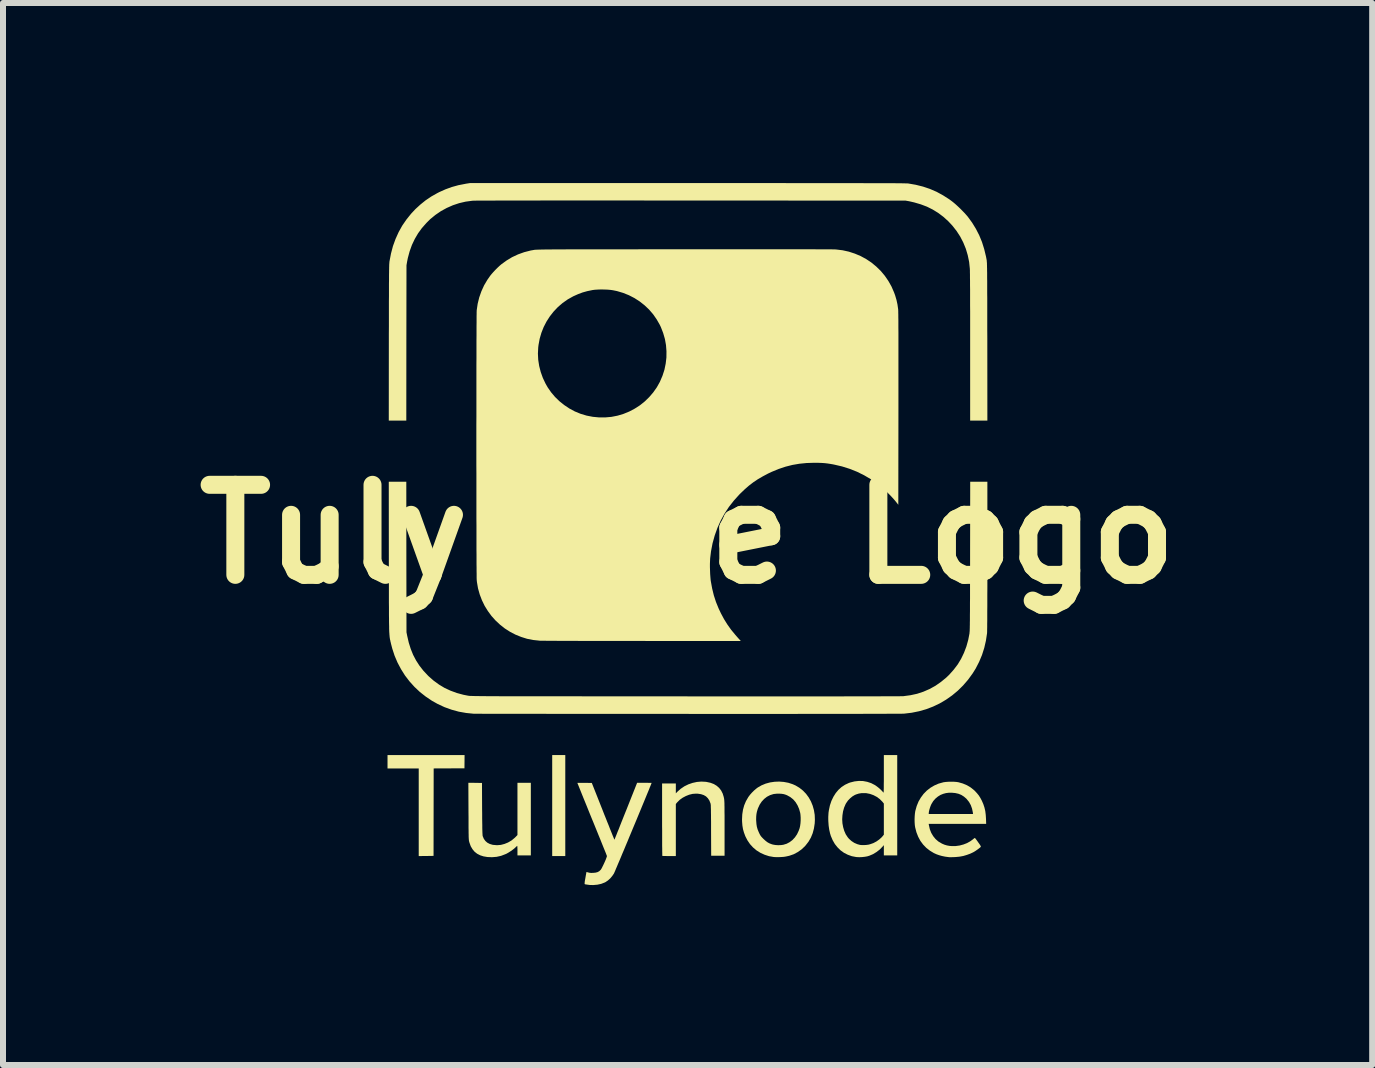
<source format=kicad_pcb>
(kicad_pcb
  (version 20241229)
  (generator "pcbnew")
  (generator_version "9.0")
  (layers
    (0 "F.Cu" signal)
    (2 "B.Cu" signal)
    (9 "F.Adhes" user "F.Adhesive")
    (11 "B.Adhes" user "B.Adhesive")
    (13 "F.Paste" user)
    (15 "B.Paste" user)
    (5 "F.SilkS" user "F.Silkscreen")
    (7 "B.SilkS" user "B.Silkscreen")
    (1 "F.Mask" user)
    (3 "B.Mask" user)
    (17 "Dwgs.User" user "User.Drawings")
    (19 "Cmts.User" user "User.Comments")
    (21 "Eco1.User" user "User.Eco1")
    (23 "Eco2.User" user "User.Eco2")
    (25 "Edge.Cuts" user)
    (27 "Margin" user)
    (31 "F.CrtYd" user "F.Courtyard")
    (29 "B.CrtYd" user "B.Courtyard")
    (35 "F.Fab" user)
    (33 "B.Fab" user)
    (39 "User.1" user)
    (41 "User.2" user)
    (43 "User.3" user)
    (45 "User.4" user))
  (footprint "Tulynode Logo"
    (layer "F.Cu")
    (at 8.407 5.85)
    (property "Reference" "Tulynode Logo" (at 0 0 0) (layer "F.SilkS") (effects (font (size 1.5 1.5) (thickness 0.3))))
    (attr board_only exclude_from_pos_files exclude_from_bom)
    (fp_poly (pts (xy -2.038 4.523) (xy -2.038 5.364) (xy -2.147 5.364) (xy -2.256 5.364) (xy -2.256 4.523) (xy -2.256 3.681) (xy -2.147 3.681) (xy -2.038 3.681)) (stroke (width 0) (type solid)) (fill yes) (layer "F.SilkS"))
    (fp_poly (pts (xy -3.717 3.791) (xy -3.718 3.902) (xy -3.975 3.903) (xy -4.231 3.904) (xy -4.232 4.633) (xy -4.233 5.361) (xy -4.357 5.363) (xy -4.48 5.364) (xy -4.48 4.634) (xy -4.48 3.904) (xy -4.74 3.904) (xy -5 3.904) (xy -5 3.793) (xy -5 3.681) (xy -4.358 3.681) (xy -3.716 3.681)) (stroke (width 0) (type solid)) (fill yes) (layer "F.SilkS"))
    (fp_poly (pts (xy -3.54 4.144) (xy -3.426 4.146) (xy -3.424 4.578) (xy -3.423 4.66) (xy -3.423 4.732) (xy -3.422 4.794) (xy -3.421 4.848) (xy -3.421 4.893) (xy -3.42 4.931) (xy -3.419 4.962) (xy -3.418 4.987) (xy -3.417 5.005) (xy -3.416 5.019) (xy -3.415 5.028) (xy -3.414 5.032) (xy -3.395 5.077) (xy -3.369 5.113) (xy -3.337 5.141) (xy -3.297 5.162) (xy -3.25 5.176) (xy -3.237 5.178) (xy -3.175 5.183) (xy -3.112 5.178) (xy -3.051 5.162) (xy -2.992 5.138) (xy -2.935 5.105) (xy -2.884 5.063) (xy -2.873 5.053) (xy -2.835 5.014) (xy -2.835 4.579) (xy -2.835 4.143) (xy -2.723 4.143) (xy -2.612 4.143) (xy -2.612 4.748) (xy -2.612 5.353) (xy -2.723 5.353) (xy -2.835 5.353) (xy -2.835 5.274) (xy -2.835 5.246) (xy -2.836 5.223) (xy -2.837 5.205) (xy -2.838 5.195) (xy -2.839 5.194) (xy -2.844 5.198) (xy -2.855 5.207) (xy -2.868 5.22) (xy -2.869 5.221) (xy -2.891 5.241) (xy -2.92 5.263) (xy -2.953 5.286) (xy -2.986 5.307) (xy -3.018 5.325) (xy -3.034 5.332) (xy -3.107 5.36) (xy -3.183 5.377) (xy -3.26 5.383) (xy -3.336 5.38) (xy -3.401 5.369) (xy -3.457 5.351) (xy -3.507 5.325) (xy -3.549 5.292) (xy -3.584 5.25) (xy -3.613 5.201) (xy -3.634 5.143) (xy -3.637 5.133) (xy -3.639 5.126) (xy -3.641 5.118) (xy -3.643 5.11) (xy -3.644 5.101) (xy -3.645 5.09) (xy -3.646 5.077) (xy -3.647 5.06) (xy -3.648 5.038) (xy -3.648 5.013) (xy -3.649 4.981) (xy -3.649 4.944) (xy -3.65 4.899) (xy -3.65 4.847) (xy -3.65 4.787) (xy -3.65 4.717) (xy -3.651 4.638) (xy -3.651 4.617) (xy -3.653 4.143)) (stroke (width 0) (type solid)) (fill yes) (layer "F.SilkS"))
    (fp_poly (pts (xy 0.303 4.127) (xy 0.317 4.129) (xy 0.381 4.143) (xy 0.437 4.164) (xy 0.485 4.193) (xy 0.526 4.229) (xy 0.559 4.272) (xy 0.585 4.323) (xy 0.603 4.382) (xy 0.605 4.394) (xy 0.607 4.403) (xy 0.609 4.412) (xy 0.61 4.423) (xy 0.611 4.435) (xy 0.612 4.45) (xy 0.613 4.468) (xy 0.614 4.49) (xy 0.614 4.516) (xy 0.615 4.549) (xy 0.615 4.587) (xy 0.615 4.632) (xy 0.616 4.685) (xy 0.616 4.746) (xy 0.616 4.816) (xy 0.616 4.897) (xy 0.616 4.901) (xy 0.616 5.359) (xy 0.504 5.359) (xy 0.393 5.359) (xy 0.391 4.935) (xy 0.391 4.857) (xy 0.391 4.788) (xy 0.39 4.729) (xy 0.39 4.678) (xy 0.389 4.635) (xy 0.389 4.599) (xy 0.388 4.569) (xy 0.387 4.545) (xy 0.387 4.526) (xy 0.386 4.511) (xy 0.384 4.5) (xy 0.383 4.492) (xy 0.382 4.486) (xy 0.381 4.485) (xy 0.363 4.439) (xy 0.338 4.401) (xy 0.307 4.37) (xy 0.269 4.348) (xy 0.224 4.333) (xy 0.172 4.325) (xy 0.138 4.324) (xy 0.083 4.328) (xy 0.026 4.342) (xy -0.029 4.364) (xy -0.082 4.392) (xy -0.13 4.426) (xy -0.17 4.466) (xy -0.177 4.473) (xy -0.196 4.497) (xy -0.196 4.931) (xy -0.196 5.364) (xy -0.307 5.364) (xy -0.34 5.364) (xy -0.37 5.363) (xy -0.394 5.363) (xy -0.412 5.362) (xy -0.42 5.361) (xy -0.421 5.36) (xy -0.422 5.355) (xy -0.422 5.339) (xy -0.422 5.314) (xy -0.423 5.281) (xy -0.423 5.239) (xy -0.424 5.191) (xy -0.424 5.136) (xy -0.424 5.074) (xy -0.424 5.008) (xy -0.424 4.937) (xy -0.425 4.862) (xy -0.425 4.784) (xy -0.425 4.755) (xy -0.425 4.154) (xy -0.311 4.154) (xy -0.196 4.154) (xy -0.196 4.236) (xy -0.196 4.319) (xy -0.171 4.293) (xy -0.116 4.244) (xy -0.054 4.202) (xy 0.013 4.169) (xy 0.083 4.145) (xy 0.156 4.129) (xy 0.23 4.123)) (stroke (width 0) (type solid)) (fill yes) (layer "F.SilkS"))
    (fp_poly (pts (xy 3.493 4.517) (xy 3.493 5.353) (xy 3.381 5.353) (xy 3.27 5.353) (xy 3.27 5.267) (xy 3.27 5.182) (xy 3.25 5.205) (xy 3.203 5.254) (xy 3.149 5.296) (xy 3.09 5.332) (xy 3.029 5.358) (xy 2.993 5.369) (xy 2.953 5.376) (xy 2.908 5.381) (xy 2.862 5.383) (xy 2.819 5.381) (xy 2.808 5.38) (xy 2.736 5.366) (xy 2.669 5.342) (xy 2.606 5.31) (xy 2.549 5.269) (xy 2.499 5.22) (xy 2.454 5.164) (xy 2.417 5.1) (xy 2.387 5.029) (xy 2.374 4.987) (xy 2.36 4.925) (xy 2.35 4.856) (xy 2.345 4.784) (xy 2.344 4.753) (xy 2.576 4.753) (xy 2.58 4.819) (xy 2.592 4.883) (xy 2.61 4.944) (xy 2.635 5.001) (xy 2.668 5.051) (xy 2.689 5.076) (xy 2.73 5.113) (xy 2.777 5.144) (xy 2.828 5.166) (xy 2.872 5.178) (xy 2.902 5.181) (xy 2.939 5.181) (xy 2.977 5.179) (xy 3.014 5.174) (xy 3.041 5.167) (xy 3.095 5.148) (xy 3.146 5.121) (xy 3.193 5.088) (xy 3.234 5.051) (xy 3.247 5.036) (xy 3.27 5.008) (xy 3.27 4.748) (xy 3.27 4.489) (xy 3.244 4.457) (xy 3.201 4.414) (xy 3.152 4.378) (xy 3.097 4.349) (xy 3.038 4.328) (xy 2.977 4.316) (xy 2.954 4.315) (xy 2.901 4.315) (xy 2.852 4.323) (xy 2.805 4.338) (xy 2.783 4.348) (xy 2.745 4.371) (xy 2.708 4.402) (xy 2.673 4.438) (xy 2.645 4.478) (xy 2.634 4.496) (xy 2.608 4.556) (xy 2.59 4.62) (xy 2.58 4.686) (xy 2.576 4.753) (xy 2.344 4.753) (xy 2.344 4.711) (xy 2.348 4.642) (xy 2.354 4.602) (xy 2.371 4.521) (xy 2.396 4.446) (xy 2.429 4.377) (xy 2.468 4.315) (xy 2.513 4.261) (xy 2.565 4.214) (xy 2.623 4.176) (xy 2.687 4.146) (xy 2.71 4.138) (xy 2.782 4.12) (xy 2.854 4.112) (xy 2.924 4.114) (xy 2.993 4.127) (xy 3.059 4.149) (xy 3.121 4.181) (xy 3.136 4.191) (xy 3.162 4.21) (xy 3.191 4.233) (xy 3.218 4.258) (xy 3.243 4.283) (xy 3.261 4.305) (xy 3.262 4.305) (xy 3.263 4.306) (xy 3.265 4.305) (xy 3.266 4.301) (xy 3.267 4.292) (xy 3.268 4.279) (xy 3.268 4.26) (xy 3.269 4.235) (xy 3.269 4.203) (xy 3.269 4.163) (xy 3.27 4.114) (xy 3.27 4.057) (xy 3.27 3.998) (xy 3.27 3.681) (xy 3.381 3.681) (xy 3.493 3.681)) (stroke (width 0) (type solid)) (fill yes) (layer "F.SilkS"))
    (fp_poly (pts (xy 1.604 4.129) (xy 1.679 4.143) (xy 1.752 4.167) (xy 1.799 4.188) (xy 1.864 4.227) (xy 1.922 4.273) (xy 1.974 4.327) (xy 2.018 4.387) (xy 2.055 4.453) (xy 2.084 4.524) (xy 2.105 4.599) (xy 2.118 4.678) (xy 2.121 4.759) (xy 2.118 4.82) (xy 2.105 4.905) (xy 2.084 4.984) (xy 2.054 5.057) (xy 2.015 5.124) (xy 1.967 5.186) (xy 1.952 5.203) (xy 1.895 5.256) (xy 1.833 5.299) (xy 1.767 5.334) (xy 1.695 5.359) (xy 1.641 5.371) (xy 1.605 5.377) (xy 1.563 5.38) (xy 1.518 5.382) (xy 1.476 5.382) (xy 1.44 5.38) (xy 1.437 5.38) (xy 1.357 5.366) (xy 1.283 5.342) (xy 1.213 5.31) (xy 1.149 5.27) (xy 1.091 5.221) (xy 1.04 5.165) (xy 0.997 5.102) (xy 0.961 5.032) (xy 0.961 5.031) (xy 0.939 4.972) (xy 0.923 4.915) (xy 0.913 4.855) (xy 0.908 4.79) (xy 0.907 4.757) (xy 1.142 4.757) (xy 1.143 4.777) (xy 1.147 4.83) (xy 1.154 4.875) (xy 1.166 4.918) (xy 1.184 4.962) (xy 1.193 4.982) (xy 1.205 5.006) (xy 1.217 5.026) (xy 1.231 5.044) (xy 1.25 5.064) (xy 1.266 5.08) (xy 1.3 5.111) (xy 1.332 5.135) (xy 1.365 5.153) (xy 1.402 5.167) (xy 1.423 5.173) (xy 1.464 5.18) (xy 1.51 5.183) (xy 1.557 5.181) (xy 1.594 5.176) (xy 1.65 5.159) (xy 1.701 5.132) (xy 1.747 5.097) (xy 1.788 5.053) (xy 1.823 5.002) (xy 1.851 4.943) (xy 1.867 4.898) (xy 1.875 4.861) (xy 1.881 4.817) (xy 1.884 4.77) (xy 1.884 4.722) (xy 1.881 4.678) (xy 1.877 4.647) (xy 1.858 4.579) (xy 1.832 4.519) (xy 1.799 4.465) (xy 1.759 4.419) (xy 1.711 4.381) (xy 1.657 4.351) (xy 1.626 4.339) (xy 1.597 4.331) (xy 1.561 4.326) (xy 1.521 4.324) (xy 1.482 4.325) (xy 1.446 4.329) (xy 1.431 4.331) (xy 1.374 4.349) (xy 1.322 4.376) (xy 1.276 4.412) (xy 1.235 4.456) (xy 1.201 4.507) (xy 1.174 4.565) (xy 1.168 4.581) (xy 1.155 4.625) (xy 1.147 4.666) (xy 1.143 4.709) (xy 1.142 4.757) (xy 0.907 4.757) (xy 0.907 4.752) (xy 0.911 4.669) (xy 0.923 4.592) (xy 0.943 4.519) (xy 0.972 4.45) (xy 1.01 4.384) (xy 1.016 4.375) (xy 1.041 4.342) (xy 1.072 4.307) (xy 1.106 4.273) (xy 1.141 4.243) (xy 1.167 4.223) (xy 1.231 4.186) (xy 1.301 4.157) (xy 1.374 4.137) (xy 1.45 4.126) (xy 1.527 4.123)) (stroke (width 0) (type solid)) (fill yes) (layer "F.SilkS"))
    (fp_poly (pts (xy 4.439 4.126) (xy 4.481 4.129) (xy 4.512 4.134) (xy 4.586 4.155) (xy 4.655 4.184) (xy 4.717 4.221) (xy 4.774 4.267) (xy 4.786 4.278) (xy 4.822 4.317) (xy 4.852 4.354) (xy 4.878 4.395) (xy 4.902 4.44) (xy 4.927 4.497) (xy 4.946 4.554) (xy 4.96 4.614) (xy 4.968 4.679) (xy 4.972 4.742) (xy 4.975 4.828) (xy 4.496 4.828) (xy 4.017 4.828) (xy 4.021 4.85) (xy 4.036 4.917) (xy 4.06 4.978) (xy 4.092 5.032) (xy 4.131 5.08) (xy 4.178 5.121) (xy 4.232 5.153) (xy 4.239 5.157) (xy 4.281 5.175) (xy 4.322 5.187) (xy 4.366 5.195) (xy 4.406 5.198) (xy 4.469 5.197) (xy 4.534 5.188) (xy 4.597 5.171) (xy 4.656 5.148) (xy 4.71 5.118) (xy 4.755 5.085) (xy 4.769 5.073) (xy 4.781 5.065) (xy 4.786 5.062) (xy 4.791 5.066) (xy 4.8 5.077) (xy 4.813 5.094) (xy 4.829 5.116) (xy 4.84 5.132) (xy 4.86 5.16) (xy 4.874 5.18) (xy 4.882 5.195) (xy 4.886 5.204) (xy 4.885 5.21) (xy 4.885 5.21) (xy 4.876 5.22) (xy 4.86 5.233) (xy 4.839 5.249) (xy 4.815 5.266) (xy 4.79 5.283) (xy 4.766 5.297) (xy 4.757 5.302) (xy 4.708 5.325) (xy 4.653 5.345) (xy 4.596 5.362) (xy 4.549 5.371) (xy 4.522 5.375) (xy 4.49 5.378) (xy 4.456 5.381) (xy 4.422 5.382) (xy 4.39 5.383) (xy 4.365 5.383) (xy 4.353 5.382) (xy 4.292 5.374) (xy 4.239 5.363) (xy 4.192 5.35) (xy 4.147 5.334) (xy 4.103 5.314) (xy 4.037 5.274) (xy 3.977 5.227) (xy 3.924 5.172) (xy 3.879 5.111) (xy 3.842 5.042) (xy 3.813 4.968) (xy 3.792 4.887) (xy 3.786 4.848) (xy 3.783 4.801) (xy 3.782 4.751) (xy 3.784 4.701) (xy 3.787 4.663) (xy 4.018 4.663) (xy 4.387 4.663) (xy 4.756 4.663) (xy 4.753 4.638) (xy 4.74 4.575) (xy 4.719 4.516) (xy 4.689 4.462) (xy 4.651 4.415) (xy 4.645 4.408) (xy 4.604 4.373) (xy 4.56 4.345) (xy 4.513 4.326) (xy 4.46 4.314) (xy 4.406 4.309) (xy 4.352 4.309) (xy 4.305 4.315) (xy 4.26 4.327) (xy 4.215 4.345) (xy 4.171 4.372) (xy 4.129 4.407) (xy 4.093 4.448) (xy 4.065 4.494) (xy 4.062 4.499) (xy 4.05 4.526) (xy 4.039 4.557) (xy 4.029 4.589) (xy 4.022 4.618) (xy 4.019 4.642) (xy 4.018 4.649) (xy 4.018 4.663) (xy 3.787 4.663) (xy 3.788 4.654) (xy 3.794 4.613) (xy 3.795 4.61) (xy 3.817 4.531) (xy 3.847 4.457) (xy 3.886 4.39) (xy 3.932 4.328) (xy 3.985 4.274) (xy 4.045 4.227) (xy 4.111 4.188) (xy 4.182 4.157) (xy 4.258 4.136) (xy 4.266 4.134) (xy 4.303 4.129) (xy 4.347 4.126) (xy 4.393 4.125)) (stroke (width 0) (type solid)) (fill yes) (layer "F.SilkS"))
    (fp_poly (pts (xy -0.686 4.143) (xy -0.655 4.144) (xy -0.63 4.144) (xy -0.612 4.145) (xy -0.601 4.145) (xy -0.6 4.146) (xy -0.602 4.152) (xy -0.608 4.167) (xy -0.617 4.19) (xy -0.63 4.221) (xy -0.645 4.26) (xy -0.664 4.305) (xy -0.685 4.356) (xy -0.708 4.412) (xy -0.733 4.473) (xy -0.76 4.538) (xy -0.788 4.606) (xy -0.817 4.676) (xy -0.847 4.749) (xy -0.878 4.823) (xy -0.909 4.897) (xy -0.94 4.972) (xy -0.971 5.046) (xy -1.001 5.119) (xy -1.031 5.19) (xy -1.059 5.258) (xy -1.087 5.323) (xy -1.112 5.384) (xy -1.136 5.441) (xy -1.158 5.492) (xy -1.177 5.538) (xy -1.194 5.577) (xy -1.207 5.609) (xy -1.218 5.634) (xy -1.225 5.649) (xy -1.228 5.656) (xy -1.256 5.697) (xy -1.29 5.737) (xy -1.328 5.771) (xy -1.368 5.798) (xy -1.38 5.804) (xy -1.439 5.827) (xy -1.503 5.841) (xy -1.572 5.847) (xy -1.582 5.847) (xy -1.605 5.846) (xy -1.625 5.846) (xy -1.639 5.845) (xy -1.643 5.844) (xy -1.651 5.843) (xy -1.666 5.841) (xy -1.677 5.839) (xy -1.695 5.837) (xy -1.709 5.834) (xy -1.713 5.832) (xy -1.716 5.828) (xy -1.716 5.82) (xy -1.715 5.806) (xy -1.713 5.785) (xy -1.708 5.756) (xy -1.703 5.73) (xy -1.698 5.699) (xy -1.693 5.672) (xy -1.689 5.65) (xy -1.687 5.636) (xy -1.685 5.63) (xy -1.685 5.63) (xy -1.68 5.631) (xy -1.667 5.634) (xy -1.653 5.638) (xy -1.631 5.643) (xy -1.605 5.645) (xy -1.573 5.644) (xy -1.572 5.644) (xy -1.532 5.64) (xy -1.499 5.631) (xy -1.472 5.616) (xy -1.449 5.594) (xy -1.447 5.592) (xy -1.439 5.58) (xy -1.428 5.561) (xy -1.416 5.536) (xy -1.402 5.508) (xy -1.388 5.478) (xy -1.375 5.449) (xy -1.363 5.421) (xy -1.354 5.396) (xy -1.347 5.377) (xy -1.344 5.364) (xy -1.344 5.362) (xy -1.347 5.356) (xy -1.353 5.34) (xy -1.362 5.316) (xy -1.375 5.284) (xy -1.391 5.245) (xy -1.41 5.198) (xy -1.431 5.146) (xy -1.454 5.088) (xy -1.48 5.025) (xy -1.507 4.958) (xy -1.536 4.887) (xy -1.566 4.813) (xy -1.592 4.75) (xy -1.623 4.674) (xy -1.653 4.6) (xy -1.681 4.53) (xy -1.708 4.464) (xy -1.733 4.403) (xy -1.756 4.346) (xy -1.776 4.296) (xy -1.794 4.251) (xy -1.809 4.214) (xy -1.821 4.184) (xy -1.83 4.162) (xy -1.835 4.149) (xy -1.837 4.146) (xy -1.832 4.145) (xy -1.817 4.144) (xy -1.796 4.144) (xy -1.768 4.144) (xy -1.735 4.144) (xy -1.717 4.144) (xy -1.596 4.146) (xy -1.414 4.605) (xy -1.388 4.672) (xy -1.362 4.736) (xy -1.338 4.797) (xy -1.315 4.853) (xy -1.295 4.905) (xy -1.276 4.952) (xy -1.26 4.992) (xy -1.247 5.025) (xy -1.236 5.051) (xy -1.229 5.068) (xy -1.226 5.077) (xy -1.226 5.077) (xy -1.22 5.091) (xy -1.213 5.077) (xy -1.211 5.071) (xy -1.204 5.055) (xy -1.194 5.03) (xy -1.181 4.998) (xy -1.166 4.959) (xy -1.147 4.914) (xy -1.127 4.862) (xy -1.105 4.806) (xy -1.081 4.746) (xy -1.056 4.683) (xy -1.029 4.616) (xy -1.024 4.604) (xy -0.841 4.143) (xy -0.721 4.143)) (stroke (width 0) (type solid)) (fill yes) (layer "F.SilkS"))
    (fp_poly (pts (xy 0.242 -5.85) (xy 0.473 -5.85) (xy 0.694 -5.85) (xy 0.905 -5.85) (xy 1.106 -5.85) (xy 1.298 -5.85) (xy 1.48 -5.85) (xy 1.654 -5.849) (xy 1.818 -5.849) (xy 1.974 -5.849) (xy 2.121 -5.849) (xy 2.26 -5.849) (xy 2.391 -5.849) (xy 2.514 -5.849) (xy 2.63 -5.849) (xy 2.738 -5.849) (xy 2.839 -5.849) (xy 2.933 -5.848) (xy 3.02 -5.848) (xy 3.1 -5.848) (xy 3.175 -5.848) (xy 3.243 -5.848) (xy 3.305 -5.847) (xy 3.362 -5.847) (xy 3.413 -5.847) (xy 3.459 -5.847) (xy 3.5 -5.846) (xy 3.536 -5.846) (xy 3.567 -5.846) (xy 3.594 -5.845) (xy 3.617 -5.845) (xy 3.636 -5.844) (xy 3.651 -5.844) (xy 3.663 -5.844) (xy 3.671 -5.843) (xy 3.676 -5.843) (xy 3.676 -5.843) (xy 3.802 -5.821) (xy 3.922 -5.791) (xy 4.038 -5.752) (xy 4.149 -5.704) (xy 4.257 -5.645) (xy 4.363 -5.577) (xy 4.405 -5.546) (xy 4.435 -5.522) (xy 4.47 -5.492) (xy 4.508 -5.457) (xy 4.547 -5.42) (xy 4.584 -5.382) (xy 4.619 -5.346) (xy 4.649 -5.312) (xy 4.668 -5.29) (xy 4.741 -5.19) (xy 4.804 -5.087) (xy 4.859 -4.98) (xy 4.905 -4.868) (xy 4.942 -4.75) (xy 4.972 -4.626) (xy 4.983 -4.568) (xy 4.984 -4.561) (xy 4.985 -4.554) (xy 4.985 -4.546) (xy 4.986 -4.536) (xy 4.987 -4.525) (xy 4.988 -4.511) (xy 4.988 -4.494) (xy 4.989 -4.475) (xy 4.989 -4.451) (xy 4.99 -4.424) (xy 4.99 -4.392) (xy 4.991 -4.356) (xy 4.991 -4.315) (xy 4.991 -4.268) (xy 4.992 -4.215) (xy 4.992 -4.155) (xy 4.992 -4.089) (xy 4.992 -4.016) (xy 4.993 -3.935) (xy 4.993 -3.846) (xy 4.993 -3.748) (xy 4.993 -3.642) (xy 4.993 -3.527) (xy 4.993 -3.402) (xy 4.994 -3.267) (xy 4.994 -3.202) (xy 4.995 -1.892) (xy 4.852 -1.892) (xy 4.708 -1.892) (xy 4.708 -3.117) (xy 4.708 -3.246) (xy 4.708 -3.37) (xy 4.708 -3.489) (xy 4.708 -3.602) (xy 4.708 -3.711) (xy 4.707 -3.813) (xy 4.707 -3.908) (xy 4.707 -3.997) (xy 4.707 -4.079) (xy 4.706 -4.152) (xy 4.706 -4.218) (xy 4.705 -4.276) (xy 4.705 -4.324) (xy 4.704 -4.364) (xy 4.704 -4.394) (xy 4.703 -4.414) (xy 4.703 -4.421) (xy 4.691 -4.536) (xy 4.668 -4.647) (xy 4.636 -4.755) (xy 4.594 -4.858) (xy 4.543 -4.957) (xy 4.482 -5.051) (xy 4.412 -5.14) (xy 4.342 -5.215) (xy 4.261 -5.288) (xy 4.176 -5.352) (xy 4.085 -5.408) (xy 3.989 -5.456) (xy 3.886 -5.495) (xy 3.777 -5.527) (xy 3.695 -5.546) (xy 3.634 -5.557) (xy 0.056 -5.559) (xy -0.199 -5.559) (xy -0.444 -5.559) (xy -0.678 -5.559) (xy -0.902 -5.56) (xy -1.116 -5.56) (xy -1.32 -5.56) (xy -1.514 -5.56) (xy -1.698 -5.56) (xy -1.873 -5.56) (xy -2.039 -5.56) (xy -2.195 -5.56) (xy -2.342 -5.56) (xy -2.48 -5.559) (xy -2.61 -5.559) (xy -2.731 -5.559) (xy -2.843 -5.559) (xy -2.946 -5.559) (xy -3.042 -5.559) (xy -3.129 -5.559) (xy -3.208 -5.558) (xy -3.28 -5.558) (xy -3.343 -5.558) (xy -3.399 -5.558) (xy -3.448 -5.557) (xy -3.489 -5.557) (xy -3.523 -5.557) (xy -3.55 -5.556) (xy -3.57 -5.556) (xy -3.583 -5.555) (xy -3.588 -5.555) (xy -3.699 -5.54) (xy -3.806 -5.515) (xy -3.911 -5.48) (xy -4.013 -5.435) (xy -4.11 -5.382) (xy -4.202 -5.319) (xy -4.288 -5.249) (xy -4.353 -5.184) (xy -4.427 -5.1) (xy -4.491 -5.012) (xy -4.546 -4.918) (xy -4.593 -4.819) (xy -4.631 -4.714) (xy -4.661 -4.603) (xy -4.673 -4.544) (xy -4.684 -4.48) (xy -4.686 -3.186) (xy -4.687 -1.892) (xy -4.833 -1.892) (xy -4.979 -1.892) (xy -4.978 -3.189) (xy -4.978 -3.328) (xy -4.977 -3.457) (xy -4.977 -3.576) (xy -4.977 -3.686) (xy -4.977 -3.787) (xy -4.977 -3.879) (xy -4.976 -3.963) (xy -4.976 -4.04) (xy -4.976 -4.109) (xy -4.976 -4.171) (xy -4.975 -4.226) (xy -4.975 -4.276) (xy -4.975 -4.319) (xy -4.974 -4.358) (xy -4.974 -4.391) (xy -4.973 -4.42) (xy -4.973 -4.445) (xy -4.972 -4.466) (xy -4.972 -4.484) (xy -4.971 -4.5) (xy -4.97 -4.512) (xy -4.969 -4.523) (xy -4.969 -4.532) (xy -4.968 -4.54) (xy -4.967 -4.546) (xy -4.942 -4.676) (xy -4.909 -4.801) (xy -4.866 -4.919) (xy -4.815 -5.032) (xy -4.755 -5.14) (xy -4.685 -5.242) (xy -4.607 -5.339) (xy -4.536 -5.415) (xy -4.452 -5.492) (xy -4.365 -5.562) (xy -4.272 -5.625) (xy -4.171 -5.682) (xy -4.138 -5.699) (xy -4.033 -5.746) (xy -3.928 -5.784) (xy -3.82 -5.814) (xy -3.707 -5.836) (xy -3.699 -5.838) (xy -3.623 -5.85) (xy 0 -5.85)) (stroke (width 0) (type solid)) (fill yes) (layer "F.SilkS"))
    (fp_poly (pts (xy -4.686 0.381) (xy -4.684 1.635) (xy -4.672 1.695) (xy -4.646 1.808) (xy -4.613 1.913) (xy -4.573 2.012) (xy -4.524 2.105) (xy -4.468 2.192) (xy -4.402 2.276) (xy -4.327 2.356) (xy -4.315 2.368) (xy -4.232 2.441) (xy -4.143 2.506) (xy -4.05 2.562) (xy -3.951 2.608) (xy -3.845 2.647) (xy -3.734 2.677) (xy -3.657 2.692) (xy -3.653 2.693) (xy -3.649 2.693) (xy -3.644 2.694) (xy -3.637 2.695) (xy -3.63 2.695) (xy -3.62 2.696) (xy -3.61 2.696) (xy -3.597 2.696) (xy -3.581 2.697) (xy -3.564 2.697) (xy -3.543 2.698) (xy -3.52 2.698) (xy -3.493 2.698) (xy -3.463 2.699) (xy -3.43 2.699) (xy -3.392 2.699) (xy -3.35 2.7) (xy -3.304 2.7) (xy -3.253 2.7) (xy -3.197 2.7) (xy -3.136 2.701) (xy -3.07 2.701) (xy -2.998 2.701) (xy -2.921 2.701) (xy -2.837 2.701) (xy -2.747 2.701) (xy -2.65 2.702) (xy -2.547 2.702) (xy -2.436 2.702) (xy -2.319 2.702) (xy -2.193 2.702) (xy -2.06 2.702) (xy -1.919 2.702) (xy -1.77 2.702) (xy -1.612 2.703) (xy -1.446 2.703) (xy -1.27 2.703) (xy -1.086 2.703) (xy -0.892 2.703) (xy -0.688 2.703) (xy -0.474 2.703) (xy -0.251 2.703) (xy -0.035 2.703) (xy 0.22 2.704) (xy 0.464 2.704) (xy 0.698 2.704) (xy 0.921 2.704) (xy 1.135 2.704) (xy 1.338 2.704) (xy 1.532 2.704) (xy 1.716 2.704) (xy 1.89 2.704) (xy 2.055 2.704) (xy 2.211 2.704) (xy 2.358 2.704) (xy 2.496 2.704) (xy 2.625 2.703) (xy 2.746 2.703) (xy 2.857 2.703) (xy 2.961 2.703) (xy 3.056 2.703) (xy 3.143 2.703) (xy 3.222 2.702) (xy 3.293 2.702) (xy 3.356 2.702) (xy 3.412 2.702) (xy 3.461 2.701) (xy 3.502 2.701) (xy 3.536 2.701) (xy 3.563 2.7) (xy 3.583 2.7) (xy 3.596 2.7) (xy 3.602 2.699) (xy 3.714 2.684) (xy 3.824 2.66) (xy 3.93 2.625) (xy 4.031 2.581) (xy 4.129 2.527) (xy 4.221 2.463) (xy 4.309 2.391) (xy 4.358 2.344) (xy 4.433 2.26) (xy 4.5 2.172) (xy 4.557 2.078) (xy 4.605 1.978) (xy 4.645 1.873) (xy 4.676 1.762) (xy 4.697 1.654) (xy 4.697 1.647) (xy 4.698 1.638) (xy 4.699 1.628) (xy 4.7 1.616) (xy 4.701 1.601) (xy 4.701 1.584) (xy 4.702 1.562) (xy 4.702 1.538) (xy 4.703 1.508) (xy 4.703 1.474) (xy 4.704 1.436) (xy 4.704 1.391) (xy 4.704 1.341) (xy 4.705 1.284) (xy 4.705 1.221) (xy 4.705 1.151) (xy 4.706 1.073) (xy 4.706 0.987) (xy 4.706 0.893) (xy 4.706 0.789) (xy 4.706 0.677) (xy 4.707 0.555) (xy 4.707 0.423) (xy 4.707 0.362) (xy 4.709 -0.873) (xy 4.852 -0.873) (xy 4.995 -0.873) (xy 4.995 0.362) (xy 4.995 0.506) (xy 4.995 0.641) (xy 4.995 0.77) (xy 4.995 0.89) (xy 4.994 1.003) (xy 4.994 1.107) (xy 4.994 1.203) (xy 4.993 1.29) (xy 4.993 1.368) (xy 4.993 1.438) (xy 4.992 1.497) (xy 4.992 1.548) (xy 4.991 1.588) (xy 4.991 1.619) (xy 4.99 1.639) (xy 4.99 1.648) (xy 4.971 1.774) (xy 4.943 1.896) (xy 4.905 2.015) (xy 4.857 2.129) (xy 4.8 2.24) (xy 4.748 2.323) (xy 4.673 2.426) (xy 4.591 2.521) (xy 4.503 2.608) (xy 4.408 2.687) (xy 4.307 2.758) (xy 4.202 2.82) (xy 4.091 2.873) (xy 3.976 2.917) (xy 3.857 2.951) (xy 3.734 2.976) (xy 3.608 2.991) (xy 3.604 2.991) (xy 3.593 2.991) (xy 3.573 2.992) (xy 3.542 2.992) (xy 3.502 2.992) (xy 3.453 2.993) (xy 3.393 2.993) (xy 3.323 2.993) (xy 3.244 2.994) (xy 3.154 2.994) (xy 3.054 2.994) (xy 2.945 2.994) (xy 2.825 2.995) (xy 2.695 2.995) (xy 2.555 2.995) (xy 2.405 2.995) (xy 2.245 2.995) (xy 2.074 2.995) (xy 1.893 2.995) (xy 1.702 2.996) (xy 1.501 2.996) (xy 1.289 2.996) (xy 1.066 2.996) (xy 0.833 2.996) (xy 0.59 2.996) (xy 0.336 2.996) (xy 0.072 2.996) (xy -0.003 2.995) (xy -0.196 2.995) (xy -0.387 2.995) (xy -0.575 2.995) (xy -0.76 2.995) (xy -0.941 2.995) (xy -1.119 2.995) (xy -1.293 2.995) (xy -1.462 2.995) (xy -1.627 2.995) (xy -1.788 2.995) (xy -1.943 2.995) (xy -2.093 2.995) (xy -2.237 2.995) (xy -2.375 2.994) (xy -2.508 2.994) (xy -2.633 2.994) (xy -2.752 2.994) (xy -2.864 2.994) (xy -2.969 2.994) (xy -3.066 2.994) (xy -3.155 2.994) (xy -3.236 2.994) (xy -3.309 2.994) (xy -3.373 2.994) (xy -3.428 2.993) (xy -3.474 2.993) (xy -3.51 2.993) (xy -3.537 2.993) (xy -3.553 2.993) (xy -3.559 2.993) (xy -3.688 2.98) (xy -3.813 2.958) (xy -3.933 2.925) (xy -4.05 2.883) (xy -4.164 2.83) (xy -4.259 2.777) (xy -4.363 2.707) (xy -4.461 2.63) (xy -4.551 2.545) (xy -4.634 2.453) (xy -4.709 2.355) (xy -4.775 2.25) (xy -4.833 2.141) (xy -4.882 2.026) (xy -4.921 1.907) (xy -4.944 1.818) (xy -4.947 1.803) (xy -4.951 1.789) (xy -4.953 1.776) (xy -4.956 1.764) (xy -4.959 1.752) (xy -4.961 1.739) (xy -4.963 1.726) (xy -4.965 1.711) (xy -4.966 1.695) (xy -4.968 1.677) (xy -4.969 1.656) (xy -4.971 1.632) (xy -4.972 1.605) (xy -4.973 1.574) (xy -4.973 1.539) (xy -4.974 1.5) (xy -4.975 1.455) (xy -4.975 1.404) (xy -4.976 1.348) (xy -4.976 1.285) (xy -4.976 1.216) (xy -4.977 1.139) (xy -4.977 1.055) (xy -4.977 0.963) (xy -4.977 0.862) (xy -4.977 0.752) (xy -4.977 0.632) (xy -4.978 0.503) (xy -4.978 0.381) (xy -4.979 -0.873) (xy -4.833 -0.873) (xy -4.687 -0.873)) (stroke (width 0) (type solid)) (fill yes) (layer "F.SilkS"))
    (fp_poly (pts (xy 1.241 -4.747) (xy 1.386 -4.747) (xy 1.522 -4.747) (xy 1.647 -4.747) (xy 1.764 -4.747) (xy 1.871 -4.747) (xy 1.969 -4.747) (xy 2.058 -4.747) (xy 2.138 -4.746) (xy 2.209 -4.746) (xy 2.271 -4.746) (xy 2.325 -4.745) (xy 2.371 -4.745) (xy 2.408 -4.745) (xy 2.437 -4.744) (xy 2.458 -4.744) (xy 2.471 -4.743) (xy 2.474 -4.743) (xy 2.582 -4.73) (xy 2.686 -4.707) (xy 2.787 -4.674) (xy 2.884 -4.633) (xy 2.976 -4.583) (xy 3.063 -4.525) (xy 3.143 -4.459) (xy 3.218 -4.386) (xy 3.285 -4.306) (xy 3.345 -4.219) (xy 3.397 -4.127) (xy 3.44 -4.028) (xy 3.458 -3.979) (xy 3.481 -3.901) (xy 3.497 -3.827) (xy 3.508 -3.75) (xy 3.509 -3.742) (xy 3.509 -3.732) (xy 3.51 -3.714) (xy 3.51 -3.689) (xy 3.511 -3.655) (xy 3.511 -3.614) (xy 3.512 -3.564) (xy 3.512 -3.506) (xy 3.512 -3.439) (xy 3.513 -3.363) (xy 3.513 -3.279) (xy 3.513 -3.185) (xy 3.513 -3.082) (xy 3.513 -2.97) (xy 3.513 -2.848) (xy 3.513 -2.716) (xy 3.513 -2.575) (xy 3.513 -2.423) (xy 3.513 -2.261) (xy 3.513 -2.088) (xy 3.513 -2.087) (xy 3.511 -0.489) (xy 3.472 -0.539) (xy 3.442 -0.575) (xy 3.406 -0.615) (xy 3.366 -0.657) (xy 3.325 -0.698) (xy 3.285 -0.737) (xy 3.265 -0.755) (xy 3.164 -0.838) (xy 3.057 -0.913) (xy 2.943 -0.98) (xy 2.824 -1.039) (xy 2.701 -1.088) (xy 2.574 -1.128) (xy 2.445 -1.158) (xy 2.426 -1.162) (xy 2.374 -1.171) (xy 2.327 -1.178) (xy 2.283 -1.183) (xy 2.238 -1.186) (xy 2.19 -1.188) (xy 2.135 -1.189) (xy 2.11 -1.189) (xy 1.983 -1.185) (xy 1.863 -1.173) (xy 1.746 -1.153) (xy 1.632 -1.124) (xy 1.518 -1.086) (xy 1.404 -1.039) (xy 1.34 -1.009) (xy 1.252 -0.962) (xy 1.171 -0.915) (xy 1.095 -0.864) (xy 1.022 -0.808) (xy 0.951 -0.746) (xy 0.878 -0.676) (xy 0.862 -0.66) (xy 0.771 -0.559) (xy 0.688 -0.453) (xy 0.615 -0.341) (xy 0.551 -0.225) (xy 0.497 -0.104) (xy 0.452 0.022) (xy 0.416 0.152) (xy 0.39 0.287) (xy 0.376 0.403) (xy 0.374 0.445) (xy 0.372 0.496) (xy 0.372 0.551) (xy 0.374 0.608) (xy 0.376 0.665) (xy 0.38 0.718) (xy 0.384 0.764) (xy 0.387 0.784) (xy 0.409 0.905) (xy 0.437 1.02) (xy 0.473 1.131) (xy 0.518 1.241) (xy 0.555 1.319) (xy 0.607 1.416) (xy 0.663 1.506) (xy 0.725 1.593) (xy 0.795 1.678) (xy 0.837 1.726) (xy 0.887 1.781) (xy -0.755 1.78) (xy -0.887 1.78) (xy -1.017 1.78) (xy -1.144 1.78) (xy -1.267 1.78) (xy -1.388 1.779) (xy -1.504 1.779) (xy -1.615 1.779) (xy -1.722 1.779) (xy -1.823 1.779) (xy -1.919 1.778) (xy -2.008 1.778) (xy -2.091 1.778) (xy -2.167 1.778) (xy -2.235 1.777) (xy -2.295 1.777) (xy -2.347 1.777) (xy -2.39 1.776) (xy -2.424 1.776) (xy -2.449 1.776) (xy -2.463 1.776) (xy -2.466 1.775) (xy -2.571 1.764) (xy -2.674 1.744) (xy -2.773 1.713) (xy -2.869 1.674) (xy -2.959 1.627) (xy -3.045 1.572) (xy -3.125 1.509) (xy -3.2 1.439) (xy -3.268 1.363) (xy -3.328 1.281) (xy -3.382 1.194) (xy -3.427 1.101) (xy -3.464 1.004) (xy -3.492 0.904) (xy -3.51 0.799) (xy -3.514 0.762) (xy -3.514 0.751) (xy -3.515 0.731) (xy -3.515 0.701) (xy -3.515 0.661) (xy -3.516 0.613) (xy -3.516 0.556) (xy -3.517 0.491) (xy -3.517 0.418) (xy -3.517 0.339) (xy -3.518 0.253) (xy -3.518 0.16) (xy -3.518 0.062) (xy -3.518 -0.042) (xy -3.518 -0.151) (xy -3.519 -0.264) (xy -3.519 -0.382) (xy -3.519 -0.503) (xy -3.519 -0.627) (xy -3.519 -0.754) (xy -3.519 -0.884) (xy -3.519 -1.015) (xy -3.52 -1.148) (xy -3.52 -1.282) (xy -3.52 -1.417) (xy -3.52 -1.552) (xy -3.52 -1.687) (xy -3.52 -1.821) (xy -3.519 -1.954) (xy -3.519 -2.085) (xy -3.519 -2.215) (xy -3.519 -2.342) (xy -3.519 -2.466) (xy -3.519 -2.587) (xy -3.519 -2.705) (xy -3.519 -2.818) (xy -3.518 -2.927) (xy -3.518 -3.008) (xy -2.494 -3.008) (xy -2.489 -2.905) (xy -2.473 -2.802) (xy -2.447 -2.701) (xy -2.412 -2.603) (xy -2.367 -2.508) (xy -2.331 -2.445) (xy -2.274 -2.363) (xy -2.209 -2.286) (xy -2.136 -2.215) (xy -2.056 -2.151) (xy -1.971 -2.094) (xy -1.882 -2.046) (xy -1.88 -2.045) (xy -1.783 -2.005) (xy -1.683 -1.975) (xy -1.58 -1.955) (xy -1.476 -1.945) (xy -1.37 -1.945) (xy -1.269 -1.954) (xy -1.167 -1.974) (xy -1.067 -2.004) (xy -0.972 -2.043) (xy -0.881 -2.091) (xy -0.794 -2.147) (xy -0.714 -2.211) (xy -0.64 -2.283) (xy -0.573 -2.361) (xy -0.513 -2.446) (xy -0.462 -2.537) (xy -0.459 -2.544) (xy -0.418 -2.64) (xy -0.386 -2.739) (xy -0.365 -2.841) (xy -0.353 -2.943) (xy -0.352 -3.047) (xy -0.36 -3.15) (xy -0.378 -3.251) (xy -0.407 -3.351) (xy -0.445 -3.449) (xy -0.463 -3.487) (xy -0.515 -3.578) (xy -0.574 -3.663) (xy -0.642 -3.742) (xy -0.717 -3.813) (xy -0.798 -3.877) (xy -0.885 -3.933) (xy -0.978 -3.981) (xy -1.076 -4.02) (xy -1.177 -4.05) (xy -1.245 -4.064) (xy -1.288 -4.07) (xy -1.337 -4.074) (xy -1.391 -4.076) (xy -1.445 -4.077) (xy -1.498 -4.075) (xy -1.546 -4.072) (xy -1.584 -4.067) (xy -1.671 -4.049) (xy -1.75 -4.027) (xy -1.827 -3.998) (xy -1.905 -3.963) (xy -1.907 -3.962) (xy -1.998 -3.911) (xy -2.083 -3.851) (xy -2.161 -3.784) (xy -2.232 -3.709) (xy -2.295 -3.629) (xy -2.351 -3.542) (xy -2.398 -3.451) (xy -2.436 -3.355) (xy -2.465 -3.255) (xy -2.484 -3.152) (xy -2.489 -3.111) (xy -2.494 -3.008) (xy -3.518 -3.008) (xy -3.518 -3.03) (xy -3.518 -3.129) (xy -3.518 -3.221) (xy -3.517 -3.308) (xy -3.517 -3.387) (xy -3.517 -3.459) (xy -3.516 -3.524) (xy -3.516 -3.581) (xy -3.516 -3.629) (xy -3.515 -3.669) (xy -3.515 -3.699) (xy -3.514 -3.719) (xy -3.514 -3.73) (xy -3.514 -3.73) (xy -3.498 -3.838) (xy -3.472 -3.944) (xy -3.436 -4.046) (xy -3.391 -4.145) (xy -3.336 -4.238) (xy -3.29 -4.304) (xy -3.266 -4.334) (xy -3.236 -4.368) (xy -3.203 -4.403) (xy -3.168 -4.438) (xy -3.135 -4.469) (xy -3.106 -4.494) (xy -3.105 -4.495) (xy -3.017 -4.559) (xy -2.924 -4.615) (xy -2.826 -4.661) (xy -2.723 -4.698) (xy -2.614 -4.726) (xy -2.557 -4.736) (xy -2.553 -4.737) (xy -2.547 -4.738) (xy -2.54 -4.738) (xy -2.532 -4.739) (xy -2.521 -4.739) (xy -2.509 -4.74) (xy -2.494 -4.74) (xy -2.477 -4.741) (xy -2.456 -4.741) (xy -2.433 -4.742) (xy -2.406 -4.742) (xy -2.375 -4.743) (xy -2.34 -4.743) (xy -2.3 -4.743) (xy -2.256 -4.744) (xy -2.207 -4.744) (xy -2.152 -4.744) (xy -2.092 -4.744) (xy -2.026 -4.745) (xy -1.954 -4.745) (xy -1.876 -4.745) (xy -1.791 -4.745) (xy -1.698 -4.745) (xy -1.599 -4.746) (xy -1.492 -4.746) (xy -1.377 -4.746) (xy -1.254 -4.746) (xy -1.122 -4.746) (xy -0.981 -4.746) (xy -0.832 -4.746) (xy -0.673 -4.747) (xy -0.505 -4.747) (xy -0.327 -4.747) (xy -0.138 -4.747) (xy -0.053 -4.747) (xy 0.163 -4.747) (xy 0.368 -4.747) (xy 0.563 -4.747) (xy 0.748 -4.747) (xy 0.922 -4.747) (xy 1.087 -4.747)) (stroke (width 0) (type solid)) (fill yes) (layer "F.SilkS")))
  (gr_rect
    (start -3 -3)
    (end 19.814 14.696)
    (stroke (width 0.1) (type default))
    (fill no)
    (layer "Edge.Cuts")))
</source>
